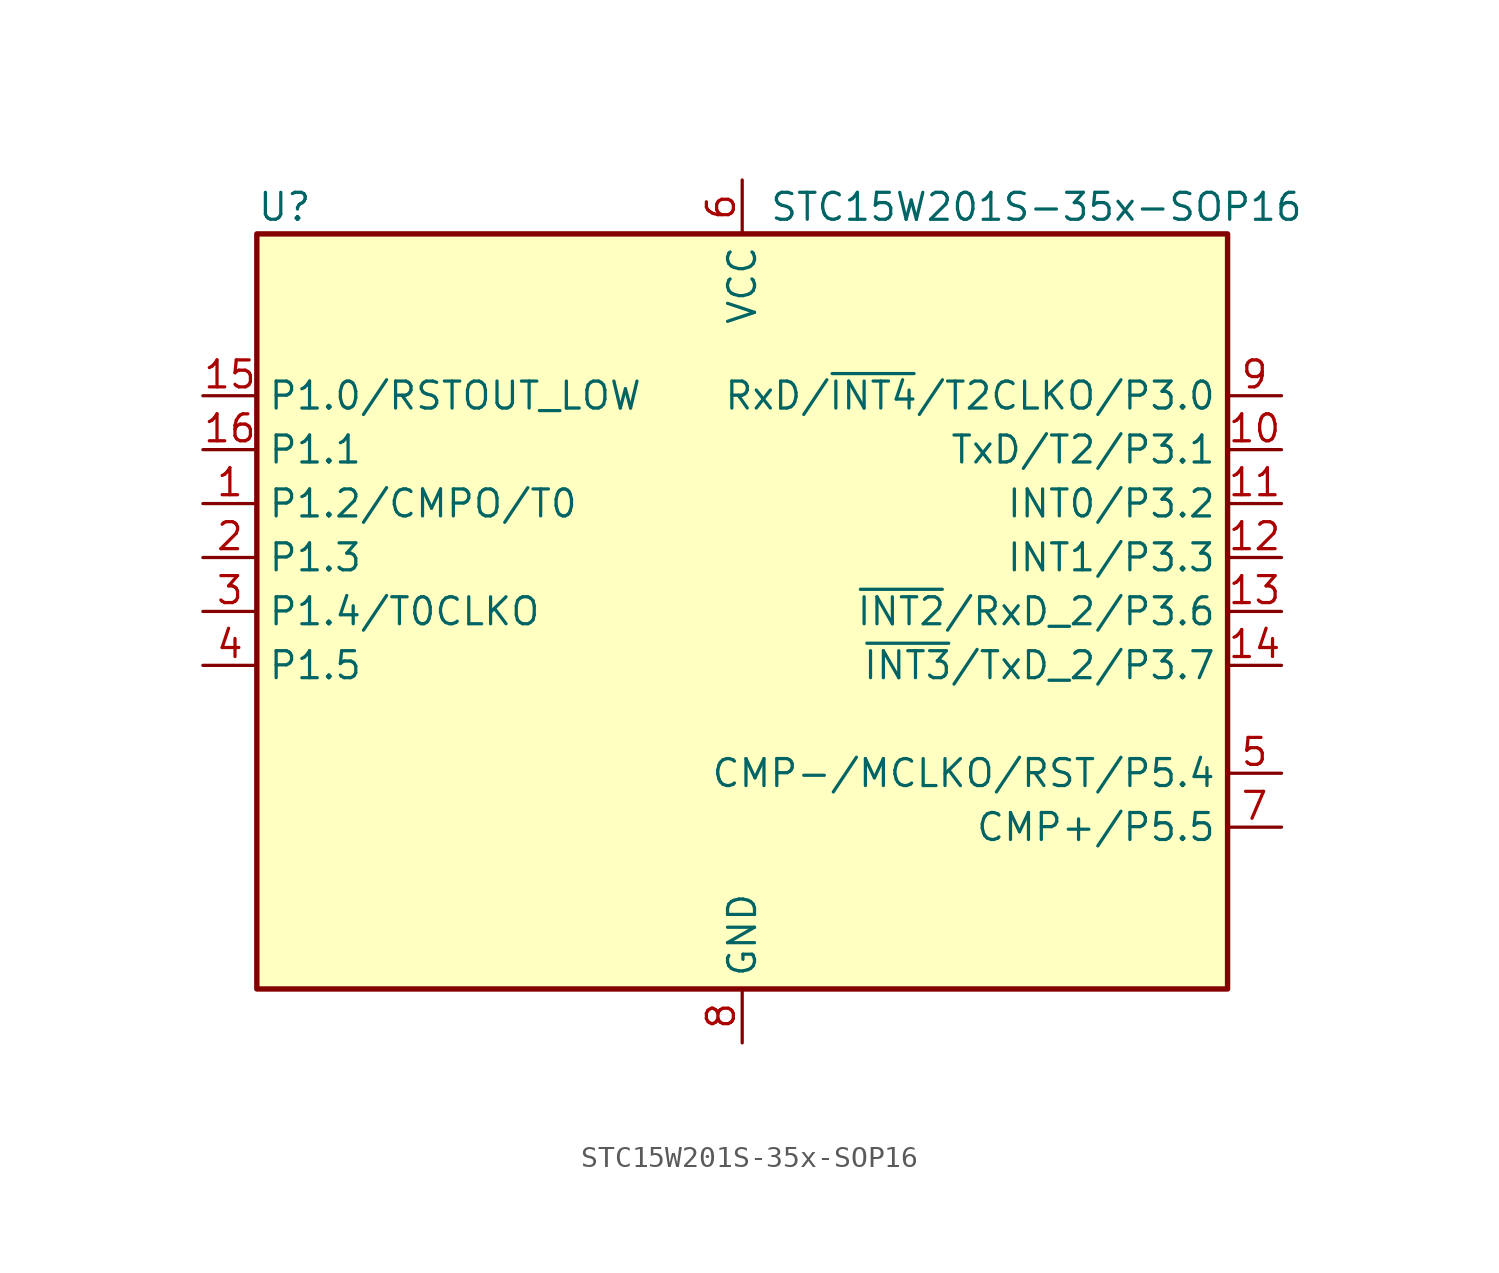
<source format=kicad_sym>
(kicad_symbol_lib
  (version 20201005)
  (generator kicad_symbol_editor)
  (symbol "STC15W201S-35x-SOP16"
    (property "Reference" "U"
      (at -22.86 19.05 0)
      (effects (font (size 1.27 1.27)) (justify left)))
    (property "Value" "STC15W201S-35x-SOP16"
      (at 1.27 19.05 0)
      (effects (font (size 1.27 1.27)) (justify left)))
    (symbol "STC15W201S-35x-SOP16_0_1"
      (rectangle (start -22.86 17.78) (end 22.86 -17.78) (stroke (width 0.254)) (fill (type background))))
    (symbol "STC15W201S-35x-SOP16_1_1"
      (pin bidirectional line (at -25.4 5.08 0) (length 2.54) (name "P1.2/CMPO/T0" (effects (font (size 1.27 1.27)))) (number "1" (effects (font (size 1.27 1.27)))))
      (pin bidirectional line (at 25.4 7.62 180) (length 2.54) (name "TxD/T2/P3.1" (effects (font (size 1.27 1.27)))) (number "10" (effects (font (size 1.27 1.27)))))
      (pin bidirectional line (at 25.4 5.08 180) (length 2.54) (name "INT0/P3.2" (effects (font (size 1.27 1.27)))) (number "11" (effects (font (size 1.27 1.27)))))
      (pin bidirectional line (at 25.4 2.54 180) (length 2.54) (name "INT1/P3.3" (effects (font (size 1.27 1.27)))) (number "12" (effects (font (size 1.27 1.27)))))
      (pin bidirectional line (at 25.4 0 180) (length 2.54) (name "~INT2~/RxD_2/P3.6" (effects (font (size 1.27 1.27)))) (number "13" (effects (font (size 1.27 1.27)))))
      (pin bidirectional line (at 25.4 -2.54 180) (length 2.54) (name "~INT3~/TxD_2/P3.7" (effects (font (size 1.27 1.27)))) (number "14" (effects (font (size 1.27 1.27)))))
      (pin bidirectional line (at -25.4 10.16 0) (length 2.54) (name "P1.0/RSTOUT_LOW" (effects (font (size 1.27 1.27)))) (number "15" (effects (font (size 1.27 1.27)))))
      (pin bidirectional line (at -25.4 7.62 0) (length 2.54) (name "P1.1" (effects (font (size 1.27 1.27)))) (number "16" (effects (font (size 1.27 1.27)))))
      (pin bidirectional line (at -25.4 2.54 0) (length 2.54) (name "P1.3" (effects (font (size 1.27 1.27)))) (number "2" (effects (font (size 1.27 1.27)))))
      (pin bidirectional line (at -25.4 0 0) (length 2.54) (name "P1.4/T0CLKO" (effects (font (size 1.27 1.27)))) (number "3" (effects (font (size 1.27 1.27)))))
      (pin bidirectional line (at -25.4 -2.54 0) (length 2.54) (name "P1.5" (effects (font (size 1.27 1.27)))) (number "4" (effects (font (size 1.27 1.27)))))
      (pin bidirectional line (at 25.4 -7.62 180) (length 2.54) (name "CMP-/MCLKO/RST/P5.4" (effects (font (size 1.27 1.27)))) (number "5" (effects (font (size 1.27 1.27)))))
      (pin power_in line (at 0 20.32 270) (length 2.54) (name "VCC" (effects (font (size 1.27 1.27)))) (number "6" (effects (font (size 1.27 1.27)))))
      (pin bidirectional line (at 25.4 -10.16 180) (length 2.54) (name "CMP+/P5.5" (effects (font (size 1.27 1.27)))) (number "7" (effects (font (size 1.27 1.27)))))
      (pin power_in line (at 0 -20.32 90) (length 2.54) (name "GND" (effects (font (size 1.27 1.27)))) (number "8" (effects (font (size 1.27 1.27)))))
      (pin bidirectional line (at 25.4 10.16 180) (length 2.54) (name "RxD/~INT4~/T2CLKO/P3.0" (effects (font (size 1.27 1.27)))) (number "9" (effects (font (size 1.27 1.27))))))))
</source>
